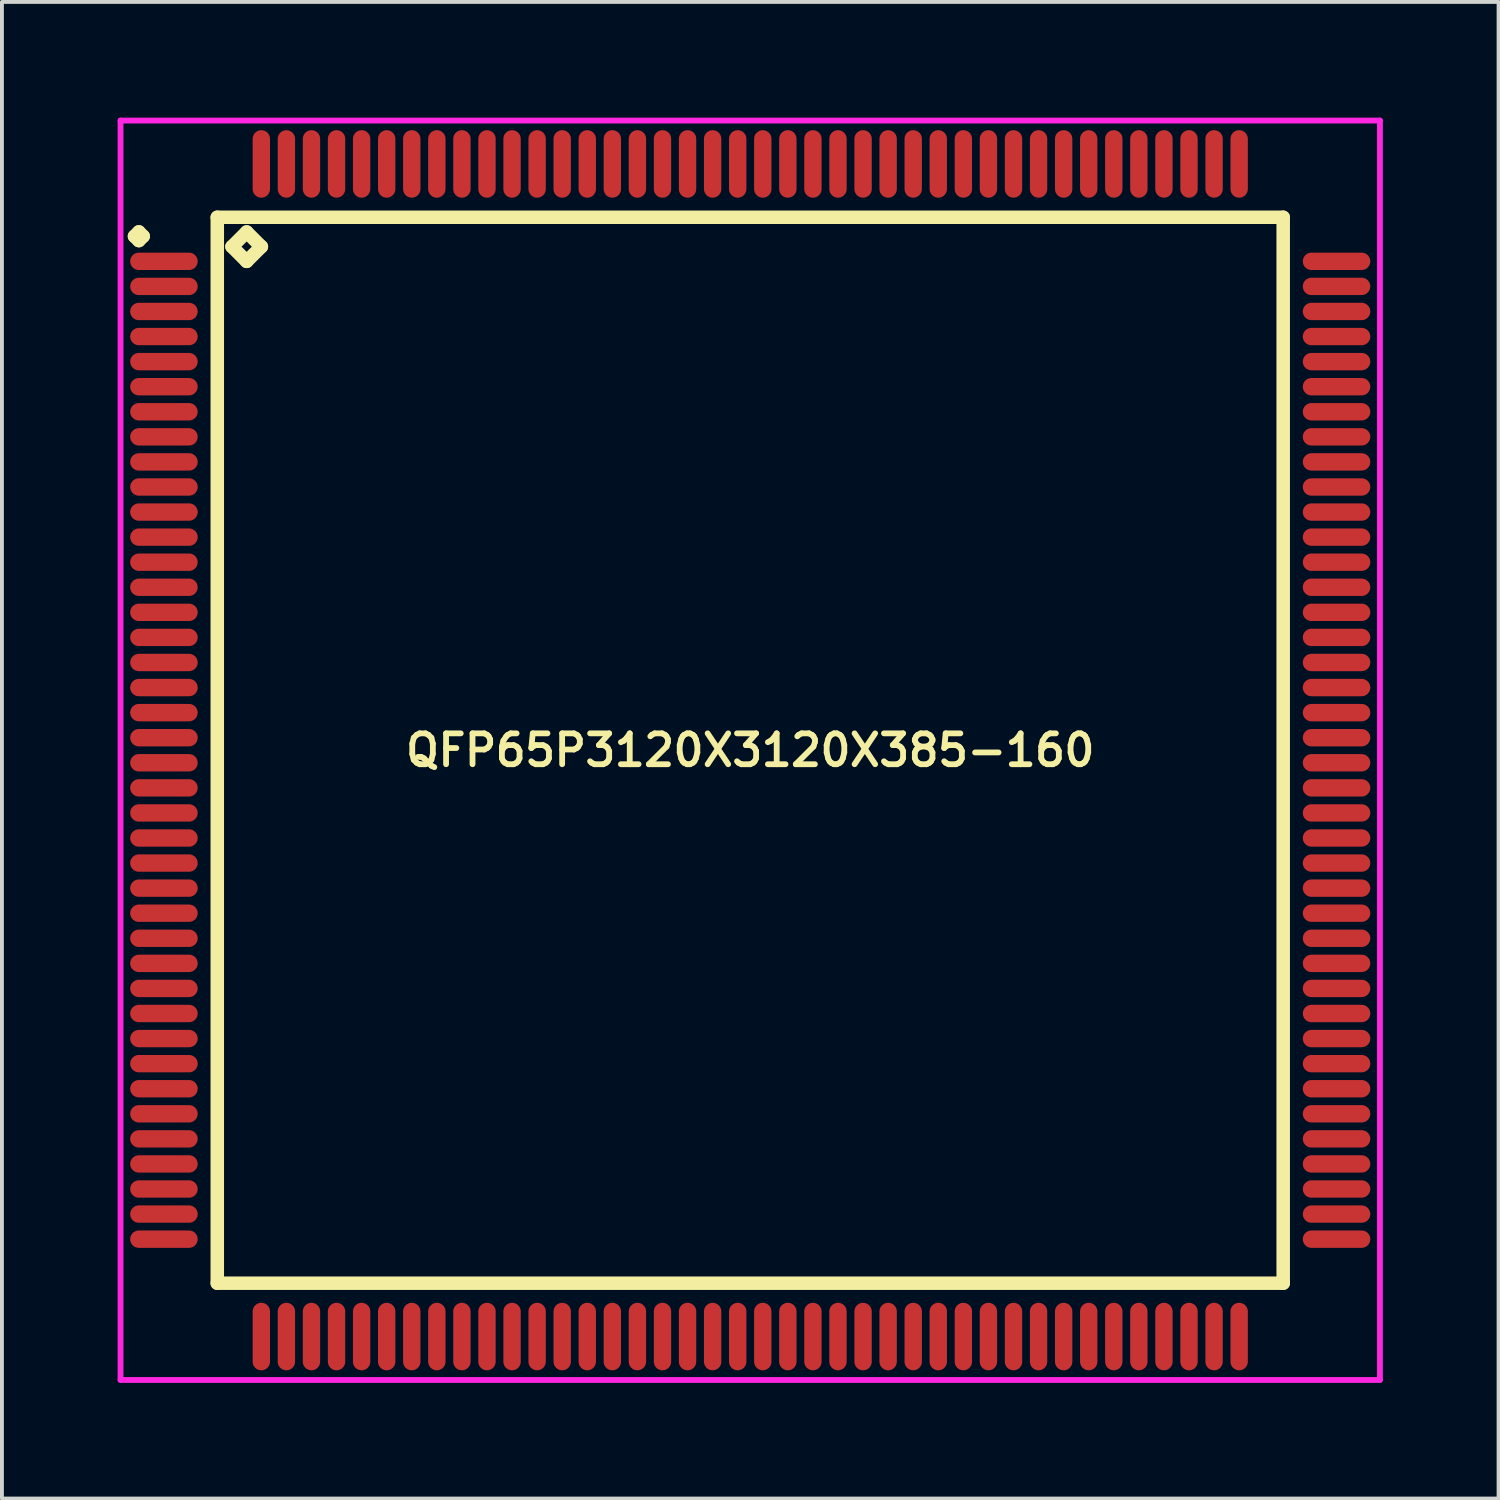
<source format=kicad_pcb>
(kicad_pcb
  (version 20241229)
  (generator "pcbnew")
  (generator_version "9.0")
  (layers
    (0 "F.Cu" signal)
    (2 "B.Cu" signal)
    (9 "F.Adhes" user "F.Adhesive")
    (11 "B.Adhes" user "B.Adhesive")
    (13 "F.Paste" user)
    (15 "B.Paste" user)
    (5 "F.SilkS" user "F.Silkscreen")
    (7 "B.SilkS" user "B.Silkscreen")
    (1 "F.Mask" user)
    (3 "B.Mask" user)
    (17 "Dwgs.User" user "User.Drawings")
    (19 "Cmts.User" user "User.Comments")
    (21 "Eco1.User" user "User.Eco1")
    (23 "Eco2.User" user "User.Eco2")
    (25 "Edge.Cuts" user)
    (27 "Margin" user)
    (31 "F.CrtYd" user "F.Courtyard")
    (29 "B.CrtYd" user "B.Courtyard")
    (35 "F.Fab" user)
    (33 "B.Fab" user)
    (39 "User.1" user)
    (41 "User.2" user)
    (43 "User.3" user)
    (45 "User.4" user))
  (footprint "QFP65P3120X3120X385-160"
    (layer "F.Cu")
    (at 16.4 16.4)
    (property "Reference" "QFP65P3120X3120X385-160" (at 0 0 0) (layer "F.SilkS") (effects (font (size 0.8 0.8) (thickness 0.15))))
    (attr through_hole)
    (fp_line (start -15.963 -13.325) (end -15.85 -13.438) (stroke (width 0.35) (type solid)) (layer "F.SilkS"))
    (fp_line (start -15.85 -13.438) (end -15.738 -13.325) (stroke (width 0.35) (type solid)) (layer "F.SilkS"))
    (fp_line (start -15.85 -13.213) (end -15.963 -13.325) (stroke (width 0.35) (type solid)) (layer "F.SilkS"))
    (fp_line (start -15.738 -13.325) (end -15.85 -13.213) (stroke (width 0.35) (type solid)) (layer "F.SilkS"))
    (fp_line (start -13.817 -13.817) (end -13.817 13.817) (stroke (width 0.35) (type solid)) (layer "F.SilkS"))
    (fp_line (start -13.817 13.817) (end 13.817 13.817) (stroke (width 0.35) (type solid)) (layer "F.SilkS"))
    (fp_line (start -13.436 -13.055) (end -13.055 -13.436) (stroke (width 0.35) (type solid)) (layer "F.SilkS"))
    (fp_line (start -13.055 -13.436) (end -12.674 -13.055) (stroke (width 0.35) (type solid)) (layer "F.SilkS"))
    (fp_line (start -13.055 -12.674) (end -13.436 -13.055) (stroke (width 0.35) (type solid)) (layer "F.SilkS"))
    (fp_line (start -12.674 -13.055) (end -13.055 -12.674) (stroke (width 0.35) (type solid)) (layer "F.SilkS"))
    (fp_line (start 13.817 -13.817) (end -13.817 -13.817) (stroke (width 0.35) (type solid)) (layer "F.SilkS"))
    (fp_line (start 13.817 13.817) (end 13.817 -13.817) (stroke (width 0.35) (type solid)) (layer "F.SilkS"))
    (fp_line (start -16.325 -16.325) (end 16.325 -16.325) (stroke (width 0.15) (type solid)) (layer "F.CrtYd"))
    (fp_line (start -16.325 16.325) (end -16.325 -16.325) (stroke (width 0.15) (type solid)) (layer "F.CrtYd"))
    (fp_line (start 16.325 -16.325) (end 16.325 16.325) (stroke (width 0.15) (type solid)) (layer "F.CrtYd"))
    (fp_line (start 16.325 16.325) (end -16.325 16.325) (stroke (width 0.15) (type solid)) (layer "F.CrtYd"))
    (pad "1" smd oval (at -15.2 -12.675) (size 1.75 0.45) (layers "F.Cu" "F.Mask" "F.Paste"))
    (pad "2" smd oval (at -15.2 -12.025) (size 1.75 0.45) (layers "F.Cu" "F.Mask" "F.Paste"))
    (pad "3" smd oval (at -15.2 -11.375) (size 1.75 0.45) (layers "F.Cu" "F.Mask" "F.Paste"))
    (pad "4" smd oval (at -15.2 -10.725) (size 1.75 0.45) (layers "F.Cu" "F.Mask" "F.Paste"))
    (pad "5" smd oval (at -15.2 -10.075) (size 1.75 0.45) (layers "F.Cu" "F.Mask" "F.Paste"))
    (pad "6" smd oval (at -15.2 -9.425) (size 1.75 0.45) (layers "F.Cu" "F.Mask" "F.Paste"))
    (pad "7" smd oval (at -15.2 -8.775) (size 1.75 0.45) (layers "F.Cu" "F.Mask" "F.Paste"))
    (pad "8" smd oval (at -15.2 -8.125) (size 1.75 0.45) (layers "F.Cu" "F.Mask" "F.Paste"))
    (pad "9" smd oval (at -15.2 -7.475) (size 1.75 0.45) (layers "F.Cu" "F.Mask" "F.Paste"))
    (pad "10" smd oval (at -15.2 -6.825) (size 1.75 0.45) (layers "F.Cu" "F.Mask" "F.Paste"))
    (pad "11" smd oval (at -15.2 -6.175) (size 1.75 0.45) (layers "F.Cu" "F.Mask" "F.Paste"))
    (pad "12" smd oval (at -15.2 -5.525) (size 1.75 0.45) (layers "F.Cu" "F.Mask" "F.Paste"))
    (pad "13" smd oval (at -15.2 -4.875) (size 1.75 0.45) (layers "F.Cu" "F.Mask" "F.Paste"))
    (pad "14" smd oval (at -15.2 -4.225) (size 1.75 0.45) (layers "F.Cu" "F.Mask" "F.Paste"))
    (pad "15" smd oval (at -15.2 -3.575) (size 1.75 0.45) (layers "F.Cu" "F.Mask" "F.Paste"))
    (pad "16" smd oval (at -15.2 -2.925) (size 1.75 0.45) (layers "F.Cu" "F.Mask" "F.Paste"))
    (pad "17" smd oval (at -15.2 -2.275) (size 1.75 0.45) (layers "F.Cu" "F.Mask" "F.Paste"))
    (pad "18" smd oval (at -15.2 -1.625) (size 1.75 0.45) (layers "F.Cu" "F.Mask" "F.Paste"))
    (pad "19" smd oval (at -15.2 -0.975) (size 1.75 0.45) (layers "F.Cu" "F.Mask" "F.Paste"))
    (pad "20" smd oval (at -15.2 -0.325) (size 1.75 0.45) (layers "F.Cu" "F.Mask" "F.Paste"))
    (pad "21" smd oval (at -15.2 0.325) (size 1.75 0.45) (layers "F.Cu" "F.Mask" "F.Paste"))
    (pad "22" smd oval (at -15.2 0.975) (size 1.75 0.45) (layers "F.Cu" "F.Mask" "F.Paste"))
    (pad "23" smd oval (at -15.2 1.625) (size 1.75 0.45) (layers "F.Cu" "F.Mask" "F.Paste"))
    (pad "24" smd oval (at -15.2 2.275) (size 1.75 0.45) (layers "F.Cu" "F.Mask" "F.Paste"))
    (pad "25" smd oval (at -15.2 2.925) (size 1.75 0.45) (layers "F.Cu" "F.Mask" "F.Paste"))
    (pad "26" smd oval (at -15.2 3.575) (size 1.75 0.45) (layers "F.Cu" "F.Mask" "F.Paste"))
    (pad "27" smd oval (at -15.2 4.225) (size 1.75 0.45) (layers "F.Cu" "F.Mask" "F.Paste"))
    (pad "28" smd oval (at -15.2 4.875) (size 1.75 0.45) (layers "F.Cu" "F.Mask" "F.Paste"))
    (pad "29" smd oval (at -15.2 5.525) (size 1.75 0.45) (layers "F.Cu" "F.Mask" "F.Paste"))
    (pad "30" smd oval (at -15.2 6.175) (size 1.75 0.45) (layers "F.Cu" "F.Mask" "F.Paste"))
    (pad "31" smd oval (at -15.2 6.825) (size 1.75 0.45) (layers "F.Cu" "F.Mask" "F.Paste"))
    (pad "32" smd oval (at -15.2 7.475) (size 1.75 0.45) (layers "F.Cu" "F.Mask" "F.Paste"))
    (pad "33" smd oval (at -15.2 8.125) (size 1.75 0.45) (layers "F.Cu" "F.Mask" "F.Paste"))
    (pad "34" smd oval (at -15.2 8.775) (size 1.75 0.45) (layers "F.Cu" "F.Mask" "F.Paste"))
    (pad "35" smd oval (at -15.2 9.425) (size 1.75 0.45) (layers "F.Cu" "F.Mask" "F.Paste"))
    (pad "36" smd oval (at -15.2 10.075) (size 1.75 0.45) (layers "F.Cu" "F.Mask" "F.Paste"))
    (pad "37" smd oval (at -15.2 10.725) (size 1.75 0.45) (layers "F.Cu" "F.Mask" "F.Paste"))
    (pad "38" smd oval (at -15.2 11.375) (size 1.75 0.45) (layers "F.Cu" "F.Mask" "F.Paste"))
    (pad "39" smd oval (at -15.2 12.025) (size 1.75 0.45) (layers "F.Cu" "F.Mask" "F.Paste"))
    (pad "40" smd oval (at -15.2 12.675) (size 1.75 0.45) (layers "F.Cu" "F.Mask" "F.Paste"))
    (pad "41" smd oval (at -12.675 15.2) (size 0.45 1.75) (layers "F.Cu" "F.Mask" "F.Paste"))
    (pad "42" smd oval (at -12.025 15.2) (size 0.45 1.75) (layers "F.Cu" "F.Mask" "F.Paste"))
    (pad "43" smd oval (at -11.375 15.2) (size 0.45 1.75) (layers "F.Cu" "F.Mask" "F.Paste"))
    (pad "44" smd oval (at -10.725 15.2) (size 0.45 1.75) (layers "F.Cu" "F.Mask" "F.Paste"))
    (pad "45" smd oval (at -10.075 15.2) (size 0.45 1.75) (layers "F.Cu" "F.Mask" "F.Paste"))
    (pad "46" smd oval (at -9.425 15.2) (size 0.45 1.75) (layers "F.Cu" "F.Mask" "F.Paste"))
    (pad "47" smd oval (at -8.775 15.2) (size 0.45 1.75) (layers "F.Cu" "F.Mask" "F.Paste"))
    (pad "48" smd oval (at -8.125 15.2) (size 0.45 1.75) (layers "F.Cu" "F.Mask" "F.Paste"))
    (pad "49" smd oval (at -7.475 15.2) (size 0.45 1.75) (layers "F.Cu" "F.Mask" "F.Paste"))
    (pad "50" smd oval (at -6.825 15.2) (size 0.45 1.75) (layers "F.Cu" "F.Mask" "F.Paste"))
    (pad "51" smd oval (at -6.175 15.2) (size 0.45 1.75) (layers "F.Cu" "F.Mask" "F.Paste"))
    (pad "52" smd oval (at -5.525 15.2) (size 0.45 1.75) (layers "F.Cu" "F.Mask" "F.Paste"))
    (pad "53" smd oval (at -4.875 15.2) (size 0.45 1.75) (layers "F.Cu" "F.Mask" "F.Paste"))
    (pad "54" smd oval (at -4.225 15.2) (size 0.45 1.75) (layers "F.Cu" "F.Mask" "F.Paste"))
    (pad "55" smd oval (at -3.575 15.2) (size 0.45 1.75) (layers "F.Cu" "F.Mask" "F.Paste"))
    (pad "56" smd oval (at -2.925 15.2) (size 0.45 1.75) (layers "F.Cu" "F.Mask" "F.Paste"))
    (pad "57" smd oval (at -2.275 15.2) (size 0.45 1.75) (layers "F.Cu" "F.Mask" "F.Paste"))
    (pad "58" smd oval (at -1.625 15.2) (size 0.45 1.75) (layers "F.Cu" "F.Mask" "F.Paste"))
    (pad "59" smd oval (at -0.975 15.2) (size 0.45 1.75) (layers "F.Cu" "F.Mask" "F.Paste"))
    (pad "60" smd oval (at -0.325 15.2) (size 0.45 1.75) (layers "F.Cu" "F.Mask" "F.Paste"))
    (pad "61" smd oval (at 0.325 15.2) (size 0.45 1.75) (layers "F.Cu" "F.Mask" "F.Paste"))
    (pad "62" smd oval (at 0.975 15.2) (size 0.45 1.75) (layers "F.Cu" "F.Mask" "F.Paste"))
    (pad "63" smd oval (at 1.625 15.2) (size 0.45 1.75) (layers "F.Cu" "F.Mask" "F.Paste"))
    (pad "64" smd oval (at 2.275 15.2) (size 0.45 1.75) (layers "F.Cu" "F.Mask" "F.Paste"))
    (pad "65" smd oval (at 2.925 15.2) (size 0.45 1.75) (layers "F.Cu" "F.Mask" "F.Paste"))
    (pad "66" smd oval (at 3.575 15.2) (size 0.45 1.75) (layers "F.Cu" "F.Mask" "F.Paste"))
    (pad "67" smd oval (at 4.225 15.2) (size 0.45 1.75) (layers "F.Cu" "F.Mask" "F.Paste"))
    (pad "68" smd oval (at 4.875 15.2) (size 0.45 1.75) (layers "F.Cu" "F.Mask" "F.Paste"))
    (pad "69" smd oval (at 5.525 15.2) (size 0.45 1.75) (layers "F.Cu" "F.Mask" "F.Paste"))
    (pad "70" smd oval (at 6.175 15.2) (size 0.45 1.75) (layers "F.Cu" "F.Mask" "F.Paste"))
    (pad "71" smd oval (at 6.825 15.2) (size 0.45 1.75) (layers "F.Cu" "F.Mask" "F.Paste"))
    (pad "72" smd oval (at 7.475 15.2) (size 0.45 1.75) (layers "F.Cu" "F.Mask" "F.Paste"))
    (pad "73" smd oval (at 8.125 15.2) (size 0.45 1.75) (layers "F.Cu" "F.Mask" "F.Paste"))
    (pad "74" smd oval (at 8.775 15.2) (size 0.45 1.75) (layers "F.Cu" "F.Mask" "F.Paste"))
    (pad "75" smd oval (at 9.425 15.2) (size 0.45 1.75) (layers "F.Cu" "F.Mask" "F.Paste"))
    (pad "76" smd oval (at 10.075 15.2) (size 0.45 1.75) (layers "F.Cu" "F.Mask" "F.Paste"))
    (pad "77" smd oval (at 10.725 15.2) (size 0.45 1.75) (layers "F.Cu" "F.Mask" "F.Paste"))
    (pad "78" smd oval (at 11.375 15.2) (size 0.45 1.75) (layers "F.Cu" "F.Mask" "F.Paste"))
    (pad "79" smd oval (at 12.025 15.2) (size 0.45 1.75) (layers "F.Cu" "F.Mask" "F.Paste"))
    (pad "80" smd oval (at 12.675 15.2) (size 0.45 1.75) (layers "F.Cu" "F.Mask" "F.Paste"))
    (pad "81" smd oval (at 15.2 12.675) (size 1.75 0.45) (layers "F.Cu" "F.Mask" "F.Paste"))
    (pad "82" smd oval (at 15.2 12.025) (size 1.75 0.45) (layers "F.Cu" "F.Mask" "F.Paste"))
    (pad "83" smd oval (at 15.2 11.375) (size 1.75 0.45) (layers "F.Cu" "F.Mask" "F.Paste"))
    (pad "84" smd oval (at 15.2 10.725) (size 1.75 0.45) (layers "F.Cu" "F.Mask" "F.Paste"))
    (pad "85" smd oval (at 15.2 10.075) (size 1.75 0.45) (layers "F.Cu" "F.Mask" "F.Paste"))
    (pad "86" smd oval (at 15.2 9.425) (size 1.75 0.45) (layers "F.Cu" "F.Mask" "F.Paste"))
    (pad "87" smd oval (at 15.2 8.775) (size 1.75 0.45) (layers "F.Cu" "F.Mask" "F.Paste"))
    (pad "88" smd oval (at 15.2 8.125) (size 1.75 0.45) (layers "F.Cu" "F.Mask" "F.Paste"))
    (pad "89" smd oval (at 15.2 7.475) (size 1.75 0.45) (layers "F.Cu" "F.Mask" "F.Paste"))
    (pad "90" smd oval (at 15.2 6.825) (size 1.75 0.45) (layers "F.Cu" "F.Mask" "F.Paste"))
    (pad "91" smd oval (at 15.2 6.175) (size 1.75 0.45) (layers "F.Cu" "F.Mask" "F.Paste"))
    (pad "92" smd oval (at 15.2 5.525) (size 1.75 0.45) (layers "F.Cu" "F.Mask" "F.Paste"))
    (pad "93" smd oval (at 15.2 4.875) (size 1.75 0.45) (layers "F.Cu" "F.Mask" "F.Paste"))
    (pad "94" smd oval (at 15.2 4.225) (size 1.75 0.45) (layers "F.Cu" "F.Mask" "F.Paste"))
    (pad "95" smd oval (at 15.2 3.575) (size 1.75 0.45) (layers "F.Cu" "F.Mask" "F.Paste"))
    (pad "96" smd oval (at 15.2 2.925) (size 1.75 0.45) (layers "F.Cu" "F.Mask" "F.Paste"))
    (pad "97" smd oval (at 15.2 2.275) (size 1.75 0.45) (layers "F.Cu" "F.Mask" "F.Paste"))
    (pad "98" smd oval (at 15.2 1.625) (size 1.75 0.45) (layers "F.Cu" "F.Mask" "F.Paste"))
    (pad "99" smd oval (at 15.2 0.975) (size 1.75 0.45) (layers "F.Cu" "F.Mask" "F.Paste"))
    (pad "100" smd oval (at 15.2 0.325) (size 1.75 0.45) (layers "F.Cu" "F.Mask" "F.Paste"))
    (pad "101" smd oval (at 15.2 -0.325) (size 1.75 0.45) (layers "F.Cu" "F.Mask" "F.Paste"))
    (pad "102" smd oval (at 15.2 -0.975) (size 1.75 0.45) (layers "F.Cu" "F.Mask" "F.Paste"))
    (pad "103" smd oval (at 15.2 -1.625) (size 1.75 0.45) (layers "F.Cu" "F.Mask" "F.Paste"))
    (pad "104" smd oval (at 15.2 -2.275) (size 1.75 0.45) (layers "F.Cu" "F.Mask" "F.Paste"))
    (pad "105" smd oval (at 15.2 -2.925) (size 1.75 0.45) (layers "F.Cu" "F.Mask" "F.Paste"))
    (pad "106" smd oval (at 15.2 -3.575) (size 1.75 0.45) (layers "F.Cu" "F.Mask" "F.Paste"))
    (pad "107" smd oval (at 15.2 -4.225) (size 1.75 0.45) (layers "F.Cu" "F.Mask" "F.Paste"))
    (pad "108" smd oval (at 15.2 -4.875) (size 1.75 0.45) (layers "F.Cu" "F.Mask" "F.Paste"))
    (pad "109" smd oval (at 15.2 -5.525) (size 1.75 0.45) (layers "F.Cu" "F.Mask" "F.Paste"))
    (pad "110" smd oval (at 15.2 -6.175) (size 1.75 0.45) (layers "F.Cu" "F.Mask" "F.Paste"))
    (pad "111" smd oval (at 15.2 -6.825) (size 1.75 0.45) (layers "F.Cu" "F.Mask" "F.Paste"))
    (pad "112" smd oval (at 15.2 -7.475) (size 1.75 0.45) (layers "F.Cu" "F.Mask" "F.Paste"))
    (pad "113" smd oval (at 15.2 -8.125) (size 1.75 0.45) (layers "F.Cu" "F.Mask" "F.Paste"))
    (pad "114" smd oval (at 15.2 -8.775) (size 1.75 0.45) (layers "F.Cu" "F.Mask" "F.Paste"))
    (pad "115" smd oval (at 15.2 -9.425) (size 1.75 0.45) (layers "F.Cu" "F.Mask" "F.Paste"))
    (pad "116" smd oval (at 15.2 -10.075) (size 1.75 0.45) (layers "F.Cu" "F.Mask" "F.Paste"))
    (pad "117" smd oval (at 15.2 -10.725) (size 1.75 0.45) (layers "F.Cu" "F.Mask" "F.Paste"))
    (pad "118" smd oval (at 15.2 -11.375) (size 1.75 0.45) (layers "F.Cu" "F.Mask" "F.Paste"))
    (pad "119" smd oval (at 15.2 -12.025) (size 1.75 0.45) (layers "F.Cu" "F.Mask" "F.Paste"))
    (pad "120" smd oval (at 15.2 -12.675) (size 1.75 0.45) (layers "F.Cu" "F.Mask" "F.Paste"))
    (pad "121" smd oval (at 12.675 -15.2) (size 0.45 1.75) (layers "F.Cu" "F.Mask" "F.Paste"))
    (pad "122" smd oval (at 12.025 -15.2) (size 0.45 1.75) (layers "F.Cu" "F.Mask" "F.Paste"))
    (pad "123" smd oval (at 11.375 -15.2) (size 0.45 1.75) (layers "F.Cu" "F.Mask" "F.Paste"))
    (pad "124" smd oval (at 10.725 -15.2) (size 0.45 1.75) (layers "F.Cu" "F.Mask" "F.Paste"))
    (pad "125" smd oval (at 10.075 -15.2) (size 0.45 1.75) (layers "F.Cu" "F.Mask" "F.Paste"))
    (pad "126" smd oval (at 9.425 -15.2) (size 0.45 1.75) (layers "F.Cu" "F.Mask" "F.Paste"))
    (pad "127" smd oval (at 8.775 -15.2) (size 0.45 1.75) (layers "F.Cu" "F.Mask" "F.Paste"))
    (pad "128" smd oval (at 8.125 -15.2) (size 0.45 1.75) (layers "F.Cu" "F.Mask" "F.Paste"))
    (pad "129" smd oval (at 7.475 -15.2) (size 0.45 1.75) (layers "F.Cu" "F.Mask" "F.Paste"))
    (pad "130" smd oval (at 6.825 -15.2) (size 0.45 1.75) (layers "F.Cu" "F.Mask" "F.Paste"))
    (pad "131" smd oval (at 6.175 -15.2) (size 0.45 1.75) (layers "F.Cu" "F.Mask" "F.Paste"))
    (pad "132" smd oval (at 5.525 -15.2) (size 0.45 1.75) (layers "F.Cu" "F.Mask" "F.Paste"))
    (pad "133" smd oval (at 4.875 -15.2) (size 0.45 1.75) (layers "F.Cu" "F.Mask" "F.Paste"))
    (pad "134" smd oval (at 4.225 -15.2) (size 0.45 1.75) (layers "F.Cu" "F.Mask" "F.Paste"))
    (pad "135" smd oval (at 3.575 -15.2) (size 0.45 1.75) (layers "F.Cu" "F.Mask" "F.Paste"))
    (pad "136" smd oval (at 2.925 -15.2) (size 0.45 1.75) (layers "F.Cu" "F.Mask" "F.Paste"))
    (pad "137" smd oval (at 2.275 -15.2) (size 0.45 1.75) (layers "F.Cu" "F.Mask" "F.Paste"))
    (pad "138" smd oval (at 1.625 -15.2) (size 0.45 1.75) (layers "F.Cu" "F.Mask" "F.Paste"))
    (pad "139" smd oval (at 0.975 -15.2) (size 0.45 1.75) (layers "F.Cu" "F.Mask" "F.Paste"))
    (pad "140" smd oval (at 0.325 -15.2) (size 0.45 1.75) (layers "F.Cu" "F.Mask" "F.Paste"))
    (pad "141" smd oval (at -0.325 -15.2) (size 0.45 1.75) (layers "F.Cu" "F.Mask" "F.Paste"))
    (pad "142" smd oval (at -0.975 -15.2) (size 0.45 1.75) (layers "F.Cu" "F.Mask" "F.Paste"))
    (pad "143" smd oval (at -1.625 -15.2) (size 0.45 1.75) (layers "F.Cu" "F.Mask" "F.Paste"))
    (pad "144" smd oval (at -2.275 -15.2) (size 0.45 1.75) (layers "F.Cu" "F.Mask" "F.Paste"))
    (pad "145" smd oval (at -2.925 -15.2) (size 0.45 1.75) (layers "F.Cu" "F.Mask" "F.Paste"))
    (pad "146" smd oval (at -3.575 -15.2) (size 0.45 1.75) (layers "F.Cu" "F.Mask" "F.Paste"))
    (pad "147" smd oval (at -4.225 -15.2) (size 0.45 1.75) (layers "F.Cu" "F.Mask" "F.Paste"))
    (pad "148" smd oval (at -4.875 -15.2) (size 0.45 1.75) (layers "F.Cu" "F.Mask" "F.Paste"))
    (pad "149" smd oval (at -5.525 -15.2) (size 0.45 1.75) (layers "F.Cu" "F.Mask" "F.Paste"))
    (pad "150" smd oval (at -6.175 -15.2) (size 0.45 1.75) (layers "F.Cu" "F.Mask" "F.Paste"))
    (pad "151" smd oval (at -6.825 -15.2) (size 0.45 1.75) (layers "F.Cu" "F.Mask" "F.Paste"))
    (pad "152" smd oval (at -7.475 -15.2) (size 0.45 1.75) (layers "F.Cu" "F.Mask" "F.Paste"))
    (pad "153" smd oval (at -8.125 -15.2) (size 0.45 1.75) (layers "F.Cu" "F.Mask" "F.Paste"))
    (pad "154" smd oval (at -8.775 -15.2) (size 0.45 1.75) (layers "F.Cu" "F.Mask" "F.Paste"))
    (pad "155" smd oval (at -9.425 -15.2) (size 0.45 1.75) (layers "F.Cu" "F.Mask" "F.Paste"))
    (pad "156" smd oval (at -10.075 -15.2) (size 0.45 1.75) (layers "F.Cu" "F.Mask" "F.Paste"))
    (pad "157" smd oval (at -10.725 -15.2) (size 0.45 1.75) (layers "F.Cu" "F.Mask" "F.Paste"))
    (pad "158" smd oval (at -11.375 -15.2) (size 0.45 1.75) (layers "F.Cu" "F.Mask" "F.Paste"))
    (pad "159" smd oval (at -12.025 -15.2) (size 0.45 1.75) (layers "F.Cu" "F.Mask" "F.Paste"))
    (pad "160" smd oval (at -12.675 -15.2) (size 0.45 1.75) (layers "F.Cu" "F.Mask" "F.Paste")))
  (gr_rect
    (start -3 -3)
    (end 35.8 35.8)
    (stroke (width 0.1) (type default))
    (fill no)
    (layer "Edge.Cuts")))
</source>
